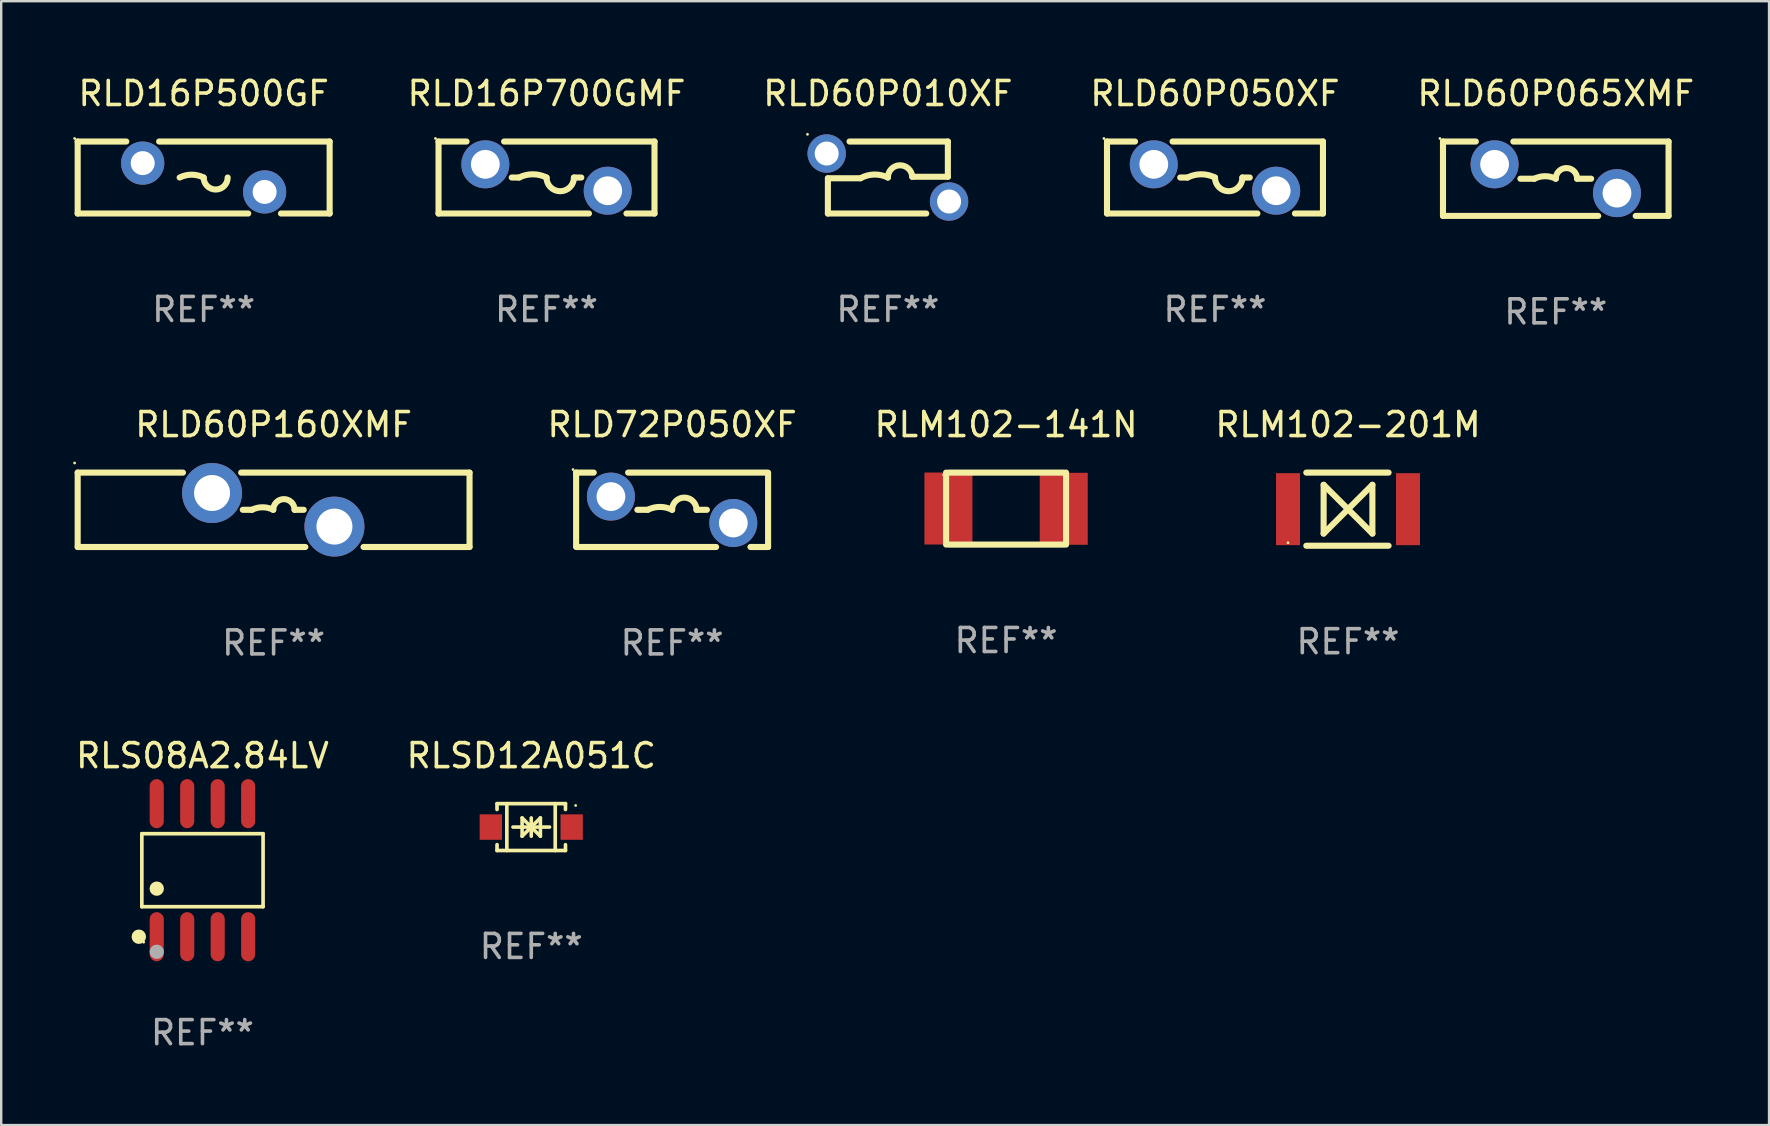
<source format=kicad_pcb>
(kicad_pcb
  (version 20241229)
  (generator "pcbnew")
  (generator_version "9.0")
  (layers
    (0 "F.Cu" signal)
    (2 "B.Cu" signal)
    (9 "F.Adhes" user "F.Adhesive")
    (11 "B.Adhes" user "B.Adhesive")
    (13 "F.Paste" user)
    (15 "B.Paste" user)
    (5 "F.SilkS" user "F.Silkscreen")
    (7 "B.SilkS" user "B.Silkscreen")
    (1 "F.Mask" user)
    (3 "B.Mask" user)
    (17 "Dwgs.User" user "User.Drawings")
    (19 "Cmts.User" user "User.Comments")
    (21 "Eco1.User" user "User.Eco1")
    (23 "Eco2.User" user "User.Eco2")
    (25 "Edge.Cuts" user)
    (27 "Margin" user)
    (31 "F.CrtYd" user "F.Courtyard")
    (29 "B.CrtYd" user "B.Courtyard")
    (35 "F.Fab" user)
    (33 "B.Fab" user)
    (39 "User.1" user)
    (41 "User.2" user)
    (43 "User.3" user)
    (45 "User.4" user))
  (footprint "RLSD12A051C"
    (layer "F.Cu")
    (at 19.089 31.417)
    (property "Reference" "RLSD12A051C" (at 0 -2.976 0) (layer "F.SilkS") (effects (font (size 1 1) (thickness 0.15))))
    (attr through_hole)
    (fp_line (start -1.426 -0.976) (end -1.426 -0.733) (stroke (width 0.152) (type solid)) (layer "F.SilkS"))
    (fp_line (start -1.426 -0.976) (end 1.426 -0.976) (stroke (width 0.152) (type solid)) (layer "F.SilkS"))
    (fp_line (start -1.426 0.976) (end -1.426 0.733) (stroke (width 0.152) (type solid)) (layer "F.SilkS"))
    (fp_line (start -1.426 0.976) (end 1.426 0.976) (stroke (width 0.152) (type solid)) (layer "F.SilkS"))
    (fp_line (start -1.017 -0.976) (end -1.017 0.976) (stroke (width 0.152) (type solid)) (layer "F.SilkS"))
    (fp_line (start -0.762 0) (end 0.762 0) (stroke (width 0.15) (type solid)) (layer "F.SilkS"))
    (fp_line (start -0.381 -0.381) (end 0 0) (stroke (width 0.15) (type solid)) (layer "F.SilkS"))
    (fp_line (start -0.381 0.381) (end -0.381 -0.381) (stroke (width 0.15) (type solid)) (layer "F.SilkS"))
    (fp_line (start 0 -0.381) (end 0 0.381) (stroke (width 0.15) (type solid)) (layer "F.SilkS"))
    (fp_line (start 0 0) (end -0.381 0.381) (stroke (width 0.15) (type solid)) (layer "F.SilkS"))
    (fp_line (start 0 0) (end 0.381 -0.381) (stroke (width 0.15) (type solid)) (layer "F.SilkS"))
    (fp_line (start 0.381 -0.381) (end 0.381 0.381) (stroke (width 0.15) (type solid)) (layer "F.SilkS"))
    (fp_line (start 0.381 0.381) (end 0 0) (stroke (width 0.15) (type solid)) (layer "F.SilkS"))
    (fp_line (start 0.999 -0.976) (end 0.999 0.976) (stroke (width 0.152) (type solid)) (layer "F.SilkS"))
    (fp_line (start 1.426 -0.976) (end 1.426 -0.733) (stroke (width 0.152) (type solid)) (layer "F.SilkS"))
    (fp_line (start 1.426 0.976) (end 1.426 0.733) (stroke (width 0.152) (type solid)) (layer "F.SilkS"))
    (fp_circle (center 1.85 -0.9) (end 1.88 -0.9) (stroke (width 0.06) (type solid)) (fill no) (layer "F.SilkS"))
    (fp_text user "REF**" (at 0 4.976 0) (layer "F.Fab") (effects (font (size 1 1) (thickness 0.15))))
    (pad "1" smd rect (at 1.685 0 180) (size 0.93 1.06) (layers "F.Cu" "F.Mask" "F.Paste"))
    (pad "2" smd rect (at -1.685 0 180) (size 0.93 1.06) (layers "F.Cu" "F.Mask" "F.Paste")))
  (footprint "RLD72P050XF"
    (layer "F.Cu")
    (at 24.959 18.195)
    (property "Reference" "RLD72P050XF" (at 0 -3.55 0) (layer "F.SilkS") (effects (font (size 1 1) (thickness 0.15))))
    (attr through_hole)
    (fp_line (start -4 -1.55) (end -3.266 -1.55) (stroke (width 0.254) (type solid)) (layer "F.SilkS"))
    (fp_line (start -4 1.5) (end -4 -1.55) (stroke (width 0.254) (type solid)) (layer "F.SilkS"))
    (fp_line (start -1.834 -1.55) (end 4 -1.55) (stroke (width 0.254) (type solid)) (layer "F.SilkS"))
    (fp_line (start -1.449 0) (end -1.016 0) (stroke (width 0.254) (type solid)) (layer "F.SilkS"))
    (fp_line (start 1.449 0) (end 1.016 0) (stroke (width 0.254) (type solid)) (layer "F.SilkS"))
    (fp_line (start 1.834 1.55) (end -4 1.55) (stroke (width 0.254) (type solid)) (layer "F.SilkS"))
    (fp_line (start 4 -1.5) (end 4 1.55) (stroke (width 0.254) (type solid)) (layer "F.SilkS"))
    (fp_line (start 4 1.55) (end 3.266 1.55) (stroke (width 0.254) (type solid)) (layer "F.SilkS"))
    (fp_arc (start -1.016002 0) (mid -0.508001 -0.119923) (end 0 0) (stroke (width 0.254001) (type solid)) (layer "F.SilkS"))
    (fp_arc (start 0 0) (mid 0.508001 -0.508001) (end 1.016002 0) (stroke (width 0.254001) (type solid)) (layer "F.SilkS"))
    (fp_circle (center -4.127 -1.677) (end -4.097 -1.677) (stroke (width 0.06) (type solid)) (fill no) (layer "F.SilkS"))
    (fp_text user "REF**" (at 0 5.55 0) (layer "F.Fab") (effects (font (size 1 1) (thickness 0.15))))
    (pad "1" thru_hole circle (at -2.55 -0.55) (size 2 2) (drill 1.2) (layers "*.Cu" "*.Mask"))
    (pad "2" thru_hole circle (at 2.55 0.55) (size 2 2) (drill 1.2) (layers "*.Cu" "*.Mask")))
  (footprint "RLM102-141N"
    (layer "F.Cu")
    (at 38.876 18.145)
    (property "Reference" "RLM102-141N" (at 0 -3.5 0) (layer "F.SilkS") (effects (font (size 1 1) (thickness 0.15))))
    (attr through_hole)
    (fp_line (start -2.5 -1.5) (end -2.5 1.5) (stroke (width 0.254) (type solid)) (layer "F.SilkS"))
    (fp_line (start -2.393 -1.5) (end 2.407 -1.5) (stroke (width 0.254) (type solid)) (layer "F.SilkS"))
    (fp_line (start 2.407 1.5) (end -2.393 1.5) (stroke (width 0.254) (type solid)) (layer "F.SilkS"))
    (fp_line (start 2.5 -1.5) (end 2.5 1.5) (stroke (width 0.254) (type solid)) (layer "F.SilkS"))
    (fp_circle (center -2.603 -1.403) (end -2.573 -1.403) (stroke (width 0.06) (type solid)) (fill no) (layer "F.SilkS"))
    (fp_text user "REF**" (at 0 5.5 0) (layer "F.Fab") (effects (font (size 1 1) (thickness 0.15))))
    (pad "1" smd rect (at -2.403 -0.003) (size 2 3) (layers "F.Cu" "F.Mask" "F.Paste"))
    (pad "2" smd rect (at 2.403 0.009) (size 2 3) (layers "F.Cu" "F.Mask" "F.Paste")))
  (footprint "RLD16P500GF"
    (layer "F.Cu")
    (at 5.437 4.348)
    (property "Reference" "RLD16P500GF" (at 0 -3.5 0) (layer "F.SilkS") (effects (font (size 1 1) (thickness 0.15))))
    (attr through_hole)
    (fp_line (start -5.25 -1.5) (end -3.224 -1.5) (stroke (width 0.254) (type solid)) (layer "F.SilkS"))
    (fp_line (start -5.25 1.5) (end -5.25 -1.5) (stroke (width 0.254) (type solid)) (layer "F.SilkS"))
    (fp_line (start -1.856 -1.5) (end 5.25 -1.5) (stroke (width 0.254) (type solid)) (layer "F.SilkS"))
    (fp_line (start 1.857 1.5) (end -5.25 1.5) (stroke (width 0.254) (type solid)) (layer "F.SilkS"))
    (fp_line (start 5.25 -1.5) (end 5.25 1.5) (stroke (width 0.254) (type solid)) (layer "F.SilkS"))
    (fp_line (start 5.25 1.5) (end 3.223 1.5) (stroke (width 0.254) (type solid)) (layer "F.SilkS"))
    (fp_arc (start -1 -0.000127) (mid -0.5 -0.118148) (end 0 -0.000127) (stroke (width 0.254001) (type solid)) (layer "F.SilkS"))
    (fp_arc (start 1.000762 -0.000127) (mid 0.500381 0.5) (end 0 -0.000127) (stroke (width 0.254001) (type solid)) (layer "F.SilkS"))
    (fp_circle (center -5.377 -1.627) (end -5.347 -1.627) (stroke (width 0.06) (type solid)) (fill no) (layer "F.SilkS"))
    (fp_text user "REF**" (at 0 5.5 0) (layer "F.Fab") (effects (font (size 1 1) (thickness 0.15))))
    (pad "1" thru_hole circle (at -2.54 -0.6) (size 1.8 1.8) (drill 1) (layers "*.Cu" "*.Mask"))
    (pad "2" thru_hole circle (at 2.54 0.6) (size 1.8 1.8) (drill 1) (layers "*.Cu" "*.Mask")))
  (footprint "RLD60P010XF"
    (layer "F.Cu")
    (at 33.951 4.348)
    (property "Reference" "RLD60P010XF" (at 0 -3.5 0) (layer "F.SilkS") (effects (font (size 1 1) (thickness 0.15))))
    (attr through_hole)
    (fp_line (start -2.5 0.031) (end -1.143 0.031) (stroke (width 0.254) (type solid)) (layer "F.SilkS"))
    (fp_line (start -2.5 1.5) (end -2.5 0.031) (stroke (width 0.254) (type solid)) (layer "F.SilkS"))
    (fp_line (start -2.5 1.5) (end 1.599 1.5) (stroke (width 0.254) (type solid)) (layer "F.SilkS"))
    (fp_line (start 2.5 -1.5) (end -1.598 -1.5) (stroke (width 0.254) (type solid)) (layer "F.SilkS"))
    (fp_line (start 2.5 -1.5) (end 2.5 -0.031) (stroke (width 0.254) (type solid)) (layer "F.SilkS"))
    (fp_line (start 2.5 -0.031) (end 1.016 -0.031) (stroke (width 0.254) (type solid)) (layer "F.SilkS"))
    (fp_arc (start -1.143002 0.03114) (mid -0.575311 -0.124289) (end 0 0) (stroke (width 0.254001) (type solid)) (layer "F.SilkS"))
    (fp_arc (start -0.000254 0.000254) (mid 0.492648 -0.508334) (end 1.016002 -0.03114) (stroke (width 0.254001) (type solid)) (layer "F.SilkS"))
    (fp_circle (center -3.35 -1.8) (end -3.32 -1.8) (stroke (width 0.06) (type solid)) (fill no) (layer "F.SilkS"))
    (fp_text user "REF**" (at 0 5.5 0) (layer "F.Fab") (effects (font (size 1 1) (thickness 0.15))))
    (pad "1" thru_hole circle (at -2.55 -1) (size 1.6 1.6) (drill 1) (layers "*.Cu" "*.Mask"))
    (pad "2" thru_hole circle (at 2.55 1) (size 1.6 1.6) (drill 1) (layers "*.Cu" "*.Mask")))
  (footprint "RLS08A2.84LV"
    (layer "F.Cu")
    (at 5.387 33.214)
    (property "Reference" "RLS08A2.84LV" (at 0 -4.772 0) (layer "F.SilkS") (effects (font (size 1 1) (thickness 0.15))))
    (attr through_hole)
    (fp_line (start -2.526 -1.521) (end 2.526 -1.521) (stroke (width 0.152) (type solid)) (layer "F.SilkS"))
    (fp_line (start -2.526 1.521) (end -2.526 -1.521) (stroke (width 0.152) (type solid)) (layer "F.SilkS"))
    (fp_line (start 2.526 -1.521) (end 2.526 1.521) (stroke (width 0.152) (type solid)) (layer "F.SilkS"))
    (fp_line (start 2.526 1.521) (end -2.526 1.521) (stroke (width 0.152) (type solid)) (layer "F.SilkS"))
    (fp_circle (center -2.652 2.772) (end -2.501 2.772) (stroke (width 0.3) (type solid)) (fill no) (layer "F.SilkS"))
    (fp_circle (center -2.45 3) (end -2.42 3) (stroke (width 0.06) (type solid)) (fill no) (layer "F.SilkS"))
    (fp_circle (center -1.905 0.769) (end -1.755 0.769) (stroke (width 0.3) (type solid)) (fill no) (layer "F.SilkS"))
    (fp_circle (center -1.905 3.4) (end -1.755 3.4) (stroke (width 0.3) (type solid)) (fill no) (layer "F.Fab"))
    (fp_text user "REF**" (at 0 6.772 0) (layer "F.Fab") (effects (font (size 1 1) (thickness 0.15))))
    (pad "1" smd oval (at -1.905 2.772) (size 0.588 2.045) (layers "F.Cu" "F.Mask" "F.Paste"))
    (pad "2" smd oval (at -0.635 2.772) (size 0.588 2.045) (layers "F.Cu" "F.Mask" "F.Paste"))
    (pad "3" smd oval (at 0.635 2.772) (size 0.588 2.045) (layers "F.Cu" "F.Mask" "F.Paste"))
    (pad "4" smd oval (at 1.905 2.772) (size 0.588 2.045) (layers "F.Cu" "F.Mask" "F.Paste"))
    (pad "5" smd oval (at 1.905 -2.772) (size 0.588 2.045) (layers "F.Cu" "F.Mask" "F.Paste"))
    (pad "6" smd oval (at 0.635 -2.772) (size 0.588 2.045) (layers "F.Cu" "F.Mask" "F.Paste"))
    (pad "7" smd oval (at -0.635 -2.772) (size 0.588 2.045) (layers "F.Cu" "F.Mask" "F.Paste"))
    (pad "8" smd oval (at -1.905 -2.772) (size 0.588 2.045) (layers "F.Cu" "F.Mask" "F.Paste")))
  (footprint "RLD60P050XF"
    (layer "F.Cu")
    (at 47.582 4.348)
    (property "Reference" "RLD60P050XF" (at 0 -3.5 0) (layer "F.SilkS") (effects (font (size 1 1) (thickness 0.15))))
    (attr through_hole)
    (fp_line (start -4.5 -1.5) (end -3.332 -1.5) (stroke (width 0.254) (type solid)) (layer "F.SilkS"))
    (fp_line (start -4.5 1.5) (end -4.5 -1.5) (stroke (width 0.254) (type solid)) (layer "F.SilkS"))
    (fp_line (start -4.5 1.5) (end 1.768 1.5) (stroke (width 0.254) (type solid)) (layer "F.SilkS"))
    (fp_line (start -1.768 -1.5) (end 4.5 -1.5) (stroke (width 0.254) (type solid)) (layer "F.SilkS"))
    (fp_line (start -1.449 0) (end -1.143 0) (stroke (width 0.254) (type solid)) (layer "F.SilkS"))
    (fp_line (start 1.449 0) (end 1.143 0) (stroke (width 0.254) (type solid)) (layer "F.SilkS"))
    (fp_line (start 3.332 1.5) (end 4.5 1.5) (stroke (width 0.254) (type solid)) (layer "F.SilkS"))
    (fp_line (start 4.5 -1.5) (end 4.5 1.5) (stroke (width 0.254) (type solid)) (layer "F.SilkS"))
    (fp_arc (start -1.143002 0) (mid -0.571501 -0.134913) (end 0 0) (stroke (width 0.254001) (type solid)) (layer "F.SilkS"))
    (fp_arc (start 1.143002 0) (mid 0.571501 0.571501) (end 0 0) (stroke (width 0.254001) (type solid)) (layer "F.SilkS"))
    (fp_circle (center -4.627 -1.627) (end -4.597 -1.627) (stroke (width 0.06) (type solid)) (fill no) (layer "F.SilkS"))
    (fp_text user "REF**" (at 0 5.5 0) (layer "F.Fab") (effects (font (size 1 1) (thickness 0.15))))
    (pad "1" thru_hole circle (at -2.55 -0.55) (size 2 2) (drill 1.2) (layers "*.Cu" "*.Mask"))
    (pad "2" thru_hole circle (at 2.55 0.55) (size 2 2) (drill 1.2) (layers "*.Cu" "*.Mask")))
  (footprint "RLD16P700GMF"
    (layer "F.Cu")
    (at 19.725 4.348)
    (property "Reference" "RLD16P700GMF" (at 0 -3.5 0) (layer "F.SilkS") (effects (font (size 1 1) (thickness 0.15))))
    (attr through_hole)
    (fp_line (start -4.5 -1.5) (end -3.332 -1.5) (stroke (width 0.254) (type solid)) (layer "F.SilkS"))
    (fp_line (start -4.5 1.5) (end -4.5 -1.5) (stroke (width 0.254) (type solid)) (layer "F.SilkS"))
    (fp_line (start -4.5 1.5) (end 1.768 1.5) (stroke (width 0.254) (type solid)) (layer "F.SilkS"))
    (fp_line (start -1.768 -1.5) (end 4.5 -1.5) (stroke (width 0.254) (type solid)) (layer "F.SilkS"))
    (fp_line (start -1.449 0) (end -1.143 0) (stroke (width 0.254) (type solid)) (layer "F.SilkS"))
    (fp_line (start 1.449 0) (end 1.143 0) (stroke (width 0.254) (type solid)) (layer "F.SilkS"))
    (fp_line (start 3.332 1.5) (end 4.5 1.5) (stroke (width 0.254) (type solid)) (layer "F.SilkS"))
    (fp_line (start 4.5 -1.5) (end 4.5 1.5) (stroke (width 0.254) (type solid)) (layer "F.SilkS"))
    (fp_arc (start -1.143002 0) (mid -0.571501 -0.134913) (end 0 0) (stroke (width 0.254001) (type solid)) (layer "F.SilkS"))
    (fp_arc (start 1.143002 0) (mid 0.571501 0.571501) (end 0 0) (stroke (width 0.254001) (type solid)) (layer "F.SilkS"))
    (fp_circle (center -4.627 -1.627) (end -4.597 -1.627) (stroke (width 0.06) (type solid)) (fill no) (layer "F.SilkS"))
    (fp_text user "REF**" (at 0 5.5 0) (layer "F.Fab") (effects (font (size 1 1) (thickness 0.15))))
    (pad "1" thru_hole circle (at -2.55 -0.55) (size 2 2) (drill 1.2) (layers "*.Cu" "*.Mask"))
    (pad "2" thru_hole circle (at 2.55 0.55) (size 2 2) (drill 1.2) (layers "*.Cu" "*.Mask")))
  (footprint "RLD60P065XMF"
    (layer "F.Cu")
    (at 61.784 4.398)
    (property "Reference" "RLD60P065XMF" (at 0 -3.55 0) (layer "F.SilkS") (effects (font (size 1 1) (thickness 0.15))))
    (attr through_hole)
    (fp_line (start -4.7 -1.55) (end -4.7 1.55) (stroke (width 0.254) (type solid)) (layer "F.SilkS"))
    (fp_line (start -4.7 1.55) (end 1.768 1.55) (stroke (width 0.254) (type solid)) (layer "F.SilkS"))
    (fp_line (start -3.332 -1.55) (end -4.7 -1.55) (stroke (width 0.254) (type solid)) (layer "F.SilkS"))
    (fp_line (start -1.475 0) (end -0.889 0) (stroke (width 0.254) (type solid)) (layer "F.SilkS"))
    (fp_line (start 1.475 0) (end 0.889 0) (stroke (width 0.254) (type solid)) (layer "F.SilkS"))
    (fp_line (start 3.332 1.55) (end 4.7 1.55) (stroke (width 0.254) (type solid)) (layer "F.SilkS"))
    (fp_line (start 4.7 -1.55) (end -1.768 -1.55) (stroke (width 0.254) (type solid)) (layer "F.SilkS"))
    (fp_line (start 4.7 -1.55) (end 4.7 1.55) (stroke (width 0.254) (type solid)) (layer "F.SilkS"))
    (fp_arc (start -0.889002 0) (mid -0.444501 -0.104932) (end 0 0) (stroke (width 0.254001) (type solid)) (layer "F.SilkS"))
    (fp_arc (start 0 0) (mid 0.444501 -0.444501) (end 0.889002 0) (stroke (width 0.254001) (type solid)) (layer "F.SilkS"))
    (fp_circle (center -4.827 -1.677) (end -4.797 -1.677) (stroke (width 0.06) (type solid)) (fill no) (layer "F.SilkS"))
    (fp_text user "REF**" (at 0 5.55 0) (layer "F.Fab") (effects (font (size 1 1) (thickness 0.15))))
    (pad "1" thru_hole circle (at -2.55 -0.6) (size 2 2) (drill 1.2) (layers "*.Cu" "*.Mask"))
    (pad "2" thru_hole circle (at 2.55 0.6) (size 2 2) (drill 1.2) (layers "*.Cu" "*.Mask")))
  (footprint "RLD60P160XMF"
    (layer "F.Cu")
    (at 8.352 18.195)
    (property "Reference" "RLD60P160XMF" (at 0 -3.55 0) (layer "F.SilkS") (effects (font (size 1 1) (thickness 0.15))))
    (attr through_hole)
    (fp_line (start -8.165 -1.55) (end -8.165 1.55) (stroke (width 0.254) (type solid)) (layer "F.SilkS"))
    (fp_line (start -8.165 -1.55) (end -3.777 -1.55) (stroke (width 0.254) (type solid)) (layer "F.SilkS"))
    (fp_line (start -8.165 1.55) (end 1.322 1.55) (stroke (width 0.254) (type solid)) (layer "F.SilkS"))
    (fp_line (start -1.352 -1.55) (end 8.165 -1.55) (stroke (width 0.254) (type solid)) (layer "F.SilkS"))
    (fp_line (start -1.285 0) (end -0.904 0) (stroke (width 0.254) (type solid)) (layer "F.SilkS"))
    (fp_line (start 1.255 0) (end 0.874 0) (stroke (width 0.254) (type solid)) (layer "F.SilkS"))
    (fp_line (start 3.747 1.55) (end 8.165 1.55) (stroke (width 0.254) (type solid)) (layer "F.SilkS"))
    (fp_line (start 8.165 -1.55) (end 8.165 1.55) (stroke (width 0.254) (type solid)) (layer "F.SilkS"))
    (fp_arc (start -0.904001 0) (mid -0.4595 -0.104932) (end -0.014999 0) (stroke (width 0.254001) (type solid)) (layer "F.SilkS"))
    (fp_arc (start -0.014999 0) (mid 0.429502 -0.444501) (end 0.874003 0) (stroke (width 0.254001) (type solid)) (layer "F.SilkS"))
    (fp_circle (center -8.292 -1.95) (end -8.262 -1.95) (stroke (width 0.06) (type solid)) (fill no) (layer "F.SilkS"))
    (fp_text user "REF**" (at 0 5.55 0) (layer "F.Fab") (effects (font (size 1 1) (thickness 0.15))))
    (pad "1" thru_hole circle (at -2.565 -0.7) (size 2.5 2.5) (drill 1.5) (layers "*.Cu" "*.Mask"))
    (pad "2" thru_hole circle (at 2.535 0.7) (size 2.5 2.5) (drill 1.5) (layers "*.Cu" "*.Mask")))
  (footprint "RLM102-201M"
    (layer "F.Cu")
    (at 53.126 18.169)
    (property "Reference" "RLM102-201M" (at 0 -3.524 0) (layer "F.SilkS") (effects (font (size 1 1) (thickness 0.15))))
    (attr through_hole)
    (fp_line (start -1.738 -1.524) (end 1.691 -1.524) (stroke (width 0.254) (type solid)) (layer "F.SilkS"))
    (fp_line (start -1.738 1.524) (end 1.691 1.524) (stroke (width 0.254) (type solid)) (layer "F.SilkS"))
    (fp_line (start -1.016 1.016) (end -1.016 -1.016) (stroke (width 0.254) (type solid)) (layer "F.SilkS"))
    (fp_line (start 0 0) (end -1.016 -1.016) (stroke (width 0.254) (type solid)) (layer "F.SilkS"))
    (fp_line (start 0 0) (end -1.016 1.016) (stroke (width 0.254) (type solid)) (layer "F.SilkS"))
    (fp_line (start 0 0) (end 1.016 -1.016) (stroke (width 0.254) (type solid)) (layer "F.SilkS"))
    (fp_line (start 0 0) (end 1.016 1.016) (stroke (width 0.254) (type solid)) (layer "F.SilkS"))
    (fp_line (start 1.016 1.016) (end 1.016 -1.016) (stroke (width 0.254) (type solid)) (layer "F.SilkS"))
    (fp_circle (center -2.5 1.4) (end -2.47 1.4) (stroke (width 0.06) (type solid)) (fill no) (layer "F.SilkS"))
    (fp_text user "REF**" (at 0 5.524 0) (layer "F.Fab") (effects (font (size 1 1) (thickness 0.15))))
    (pad "1" smd rect (at -2.5 0) (size 1 3) (layers "F.Cu" "F.Mask" "F.Paste"))
    (pad "2" smd rect (at 2.5 0) (size 1 3) (layers "F.Cu" "F.Mask" "F.Paste")))
  (gr_rect
    (start -3 -3)
    (end 70.671 43.834)
    (stroke (width 0.1) (type default))
    (fill no)
    (layer "Edge.Cuts")))
</source>
